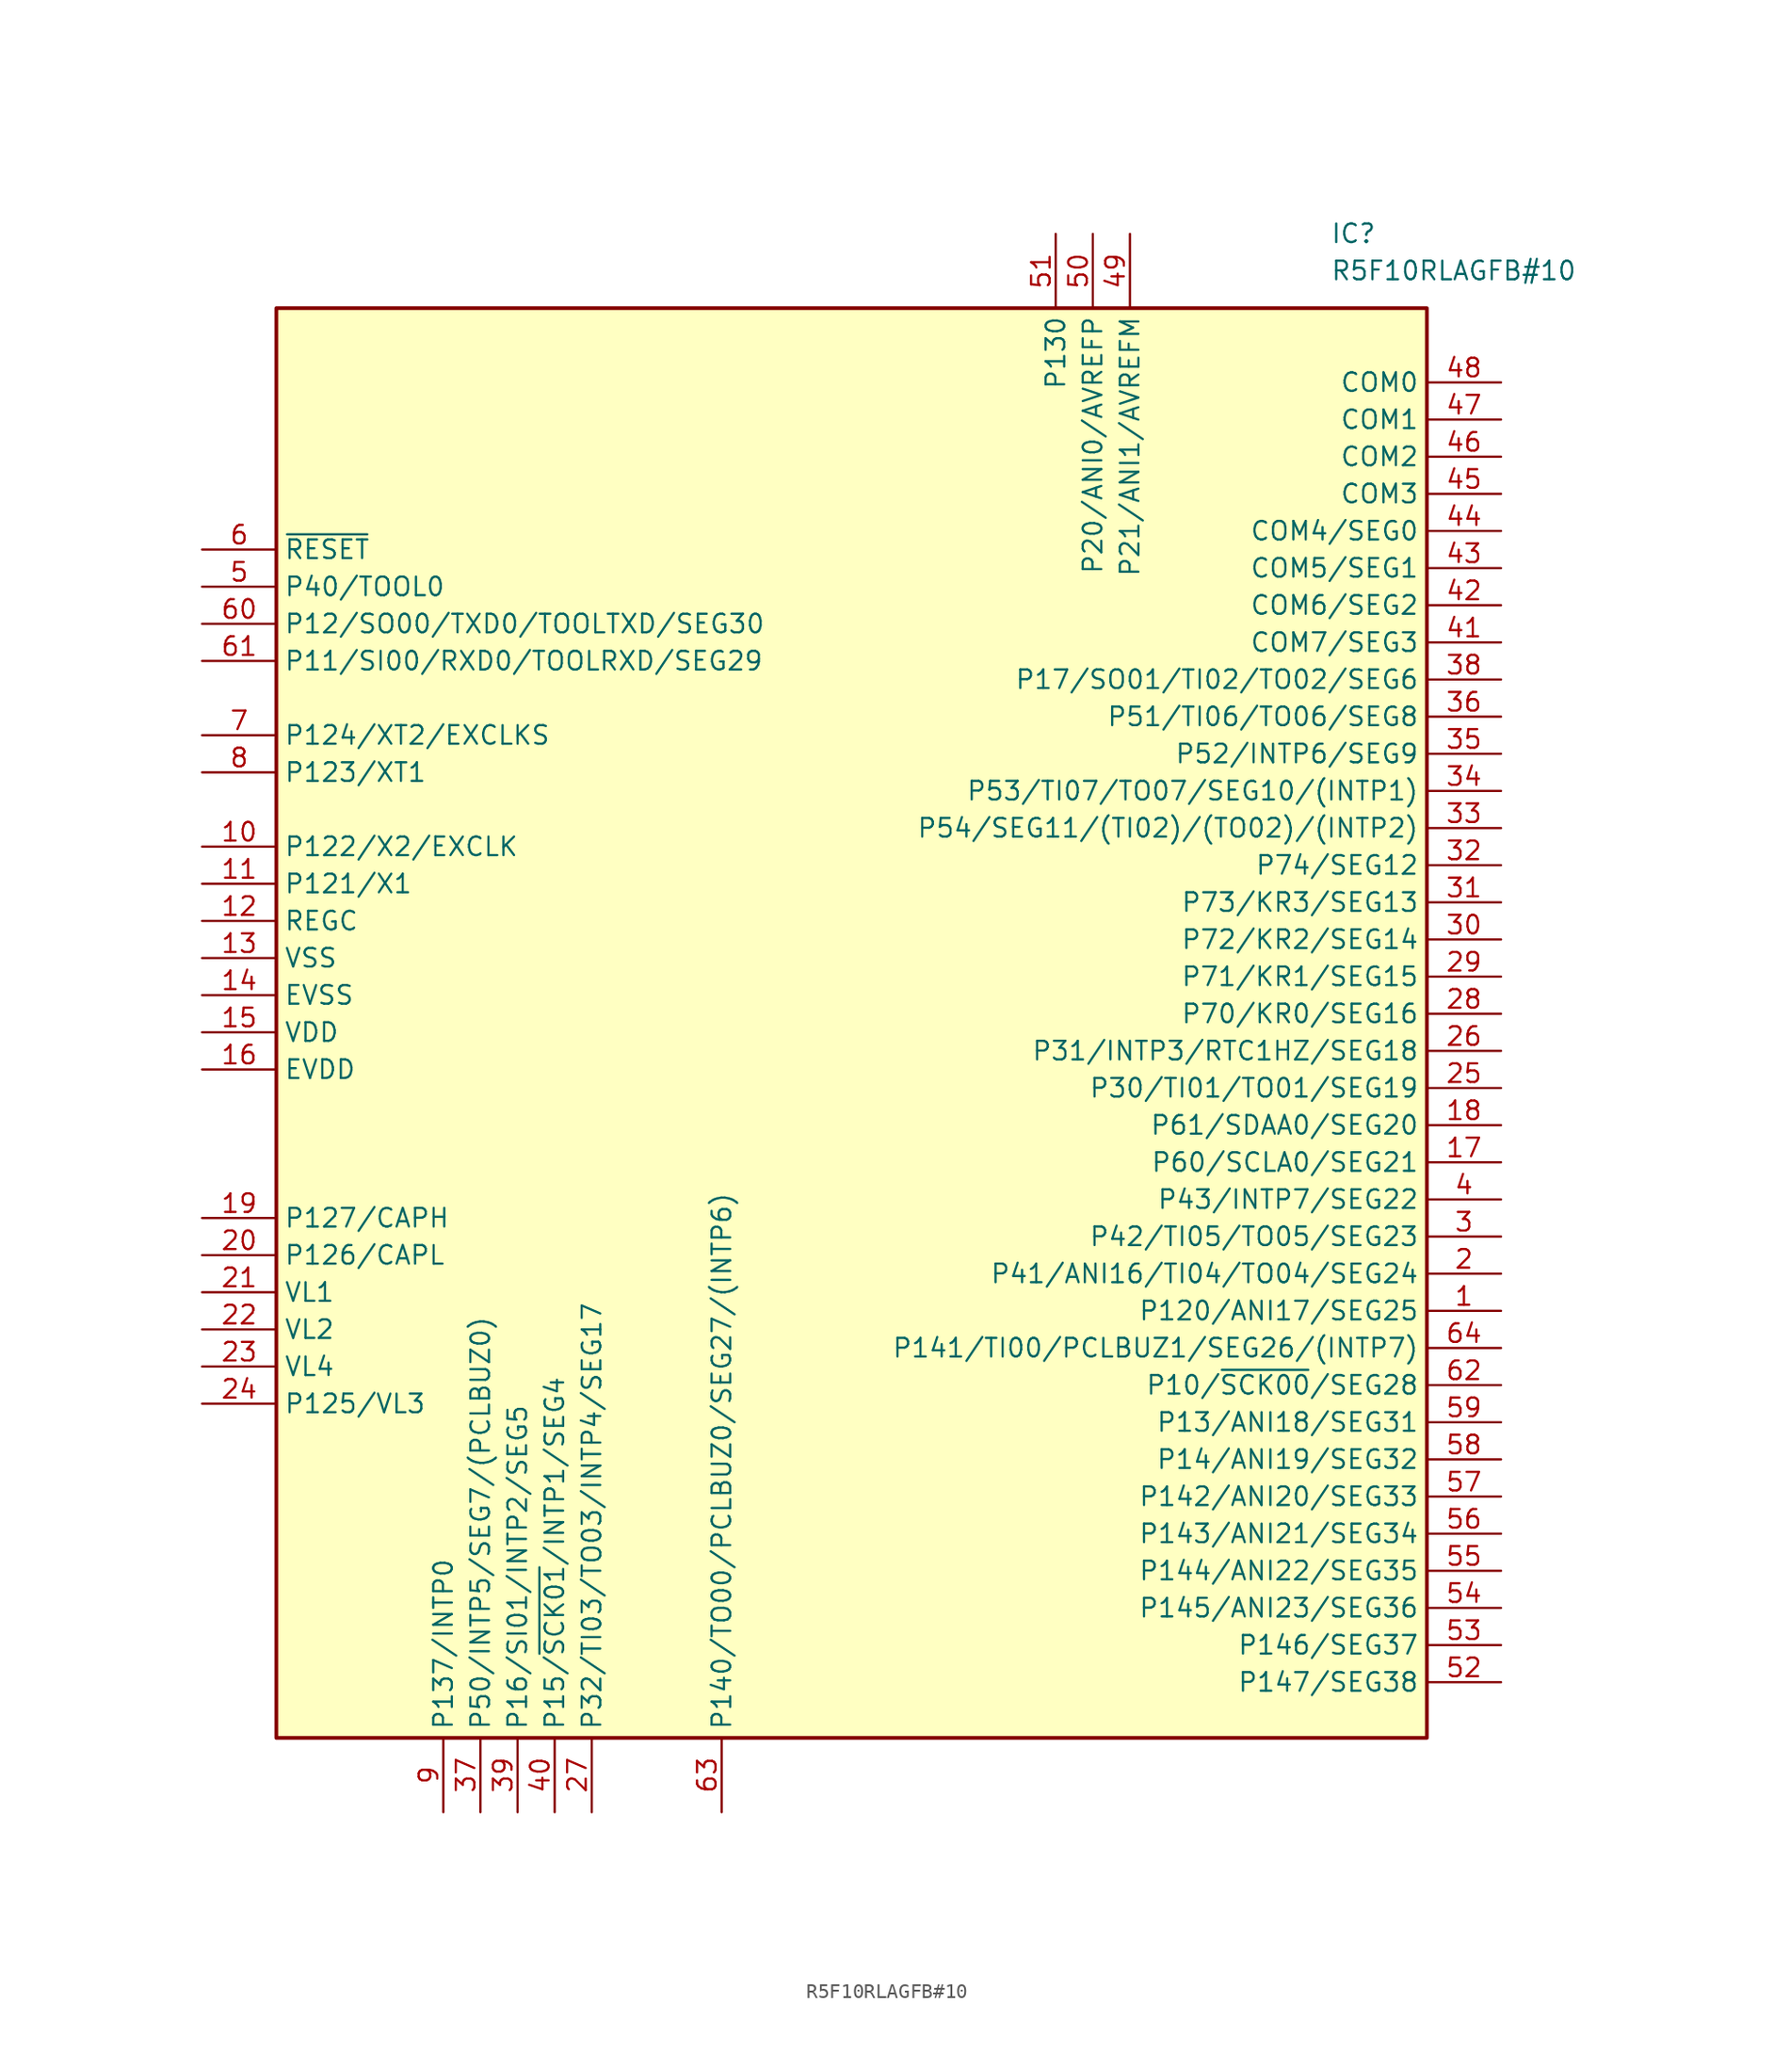
<source format=kicad_sym>
(kicad_symbol_lib
  (version 20241209)
  (generator "kicad_symbol_editor")
  (generator_version "9.0")
  (symbol "R5F10RLAGFB#10"
    (property "Reference" "IC"
      (at 77.216 51.562 0)
      (effects (font (size 1.27 1.27)) (justify left top)))
    (property "Value" "R5F10RLAGFB#10"
      (at 77.216 49.022 0)
      (effects (font (size 1.27 1.27)) (justify left top)))
    (symbol "R5F10RLAGFB#10_1_1"
      (rectangle (start 5.08 45.72) (end 83.82 -52.07) (stroke (width 0.254) (type default)) (fill (type background)))
      (pin passive line (at 0 29.21 0) (length 5.08) (name "~{RESET}" (effects (font (size 1.27 1.27)))) (number "6" (effects (font (size 1.27 1.27)))))
      (pin passive line (at 0 26.67 0) (length 5.08) (name "P40/TOOL0" (effects (font (size 1.27 1.27)))) (number "5" (effects (font (size 1.27 1.27)))))
      (pin passive line (at 0 24.13 0) (length 5.08) (name "P12/SO00/TXD0/TOOLTXD/SEG30" (effects (font (size 1.27 1.27)))) (number "60" (effects (font (size 1.27 1.27)))))
      (pin passive line (at 0 21.59 0) (length 5.08) (name "P11/SI00/RXD0/TOOLRXD/SEG29" (effects (font (size 1.27 1.27)))) (number "61" (effects (font (size 1.27 1.27)))))
      (pin passive line (at 0 16.51 0) (length 5.08) (name "P124/XT2/EXCLKS" (effects (font (size 1.27 1.27)))) (number "7" (effects (font (size 1.27 1.27)))))
      (pin passive line (at 0 13.97 0) (length 5.08) (name "P123/XT1" (effects (font (size 1.27 1.27)))) (number "8" (effects (font (size 1.27 1.27)))))
      (pin passive line (at 0 8.89 0) (length 5.08) (name "P122/X2/EXCLK" (effects (font (size 1.27 1.27)))) (number "10" (effects (font (size 1.27 1.27)))))
      (pin passive line (at 0 6.35 0) (length 5.08) (name "P121/X1" (effects (font (size 1.27 1.27)))) (number "11" (effects (font (size 1.27 1.27)))))
      (pin passive line (at 0 3.81 0) (length 5.08) (name "REGC" (effects (font (size 1.27 1.27)))) (number "12" (effects (font (size 1.27 1.27)))))
      (pin passive line (at 0 1.27 0) (length 5.08) (name "VSS" (effects (font (size 1.27 1.27)))) (number "13" (effects (font (size 1.27 1.27)))))
      (pin passive line (at 0 -1.27 0) (length 5.08) (name "EVSS" (effects (font (size 1.27 1.27)))) (number "14" (effects (font (size 1.27 1.27)))))
      (pin passive line (at 0 -3.81 0) (length 5.08) (name "VDD" (effects (font (size 1.27 1.27)))) (number "15" (effects (font (size 1.27 1.27)))))
      (pin passive line (at 0 -6.35 0) (length 5.08) (name "EVDD" (effects (font (size 1.27 1.27)))) (number "16" (effects (font (size 1.27 1.27)))))
      (pin passive line (at 0 -16.51 0) (length 5.08) (name "P127/CAPH" (effects (font (size 1.27 1.27)))) (number "19" (effects (font (size 1.27 1.27)))))
      (pin passive line (at 0 -19.05 0) (length 5.08) (name "P126/CAPL" (effects (font (size 1.27 1.27)))) (number "20" (effects (font (size 1.27 1.27)))))
      (pin passive line (at 0 -21.59 0) (length 5.08) (name "VL1" (effects (font (size 1.27 1.27)))) (number "21" (effects (font (size 1.27 1.27)))))
      (pin passive line (at 0 -24.13 0) (length 5.08) (name "VL2" (effects (font (size 1.27 1.27)))) (number "22" (effects (font (size 1.27 1.27)))))
      (pin passive line (at 0 -26.67 0) (length 5.08) (name "VL4" (effects (font (size 1.27 1.27)))) (number "23" (effects (font (size 1.27 1.27)))))
      (pin passive line (at 0 -29.21 0) (length 5.08) (name "P125/VL3" (effects (font (size 1.27 1.27)))) (number "24" (effects (font (size 1.27 1.27)))))
      (pin passive line (at 16.51 -57.15 90) (length 5.08) (name "P137/INTP0" (effects (font (size 1.27 1.27)))) (number "9" (effects (font (size 1.27 1.27)))))
      (pin passive line (at 19.05 -57.15 90) (length 5.08) (name "P50/INTP5/SEG7/(PCLBUZ0)" (effects (font (size 1.27 1.27)))) (number "37" (effects (font (size 1.27 1.27)))))
      (pin passive line (at 21.59 -57.15 90) (length 5.08) (name "P16/SI01/INTP2/SEG5" (effects (font (size 1.27 1.27)))) (number "39" (effects (font (size 1.27 1.27)))))
      (pin passive line (at 24.13 -57.15 90) (length 5.08) (name "P15/~{SCK01}/INTP1/SEG4" (effects (font (size 1.27 1.27)))) (number "40" (effects (font (size 1.27 1.27)))))
      (pin passive line (at 26.67 -57.15 90) (length 5.08) (name "P32/TI03/TO03/INTP4/SEG17" (effects (font (size 1.27 1.27)))) (number "27" (effects (font (size 1.27 1.27)))))
      (pin passive line (at 35.56 -57.15 90) (length 5.08) (name "P140/TO00/PCLBUZ0/SEG27/(INTP6)" (effects (font (size 1.27 1.27)))) (number "63" (effects (font (size 1.27 1.27)))))
      (pin passive line (at 58.42 50.8 270) (length 5.08) (name "P130" (effects (font (size 1.27 1.27)))) (number "51" (effects (font (size 1.27 1.27)))))
      (pin passive line (at 60.96 50.8 270) (length 5.08) (name "P20/ANI0/AVREFP" (effects (font (size 1.27 1.27)))) (number "50" (effects (font (size 1.27 1.27)))))
      (pin passive line (at 63.5 50.8 270) (length 5.08) (name "P21/ANI1/AVREFM" (effects (font (size 1.27 1.27)))) (number "49" (effects (font (size 1.27 1.27)))))
      (pin passive line (at 88.9 40.64 180) (length 5.08) (name "COM0" (effects (font (size 1.27 1.27)))) (number "48" (effects (font (size 1.27 1.27)))))
      (pin passive line (at 88.9 38.1 180) (length 5.08) (name "COM1" (effects (font (size 1.27 1.27)))) (number "47" (effects (font (size 1.27 1.27)))))
      (pin passive line (at 88.9 35.56 180) (length 5.08) (name "COM2" (effects (font (size 1.27 1.27)))) (number "46" (effects (font (size 1.27 1.27)))))
      (pin passive line (at 88.9 33.02 180) (length 5.08) (name "COM3" (effects (font (size 1.27 1.27)))) (number "45" (effects (font (size 1.27 1.27)))))
      (pin passive line (at 88.9 30.48 180) (length 5.08) (name "COM4/SEG0" (effects (font (size 1.27 1.27)))) (number "44" (effects (font (size 1.27 1.27)))))
      (pin passive line (at 88.9 27.94 180) (length 5.08) (name "COM5/SEG1" (effects (font (size 1.27 1.27)))) (number "43" (effects (font (size 1.27 1.27)))))
      (pin passive line (at 88.9 25.4 180) (length 5.08) (name "COM6/SEG2" (effects (font (size 1.27 1.27)))) (number "42" (effects (font (size 1.27 1.27)))))
      (pin passive line (at 88.9 22.86 180) (length 5.08) (name "COM7/SEG3" (effects (font (size 1.27 1.27)))) (number "41" (effects (font (size 1.27 1.27)))))
      (pin passive line (at 88.9 20.32 180) (length 5.08) (name "P17/SO01/TI02/TO02/SEG6" (effects (font (size 1.27 1.27)))) (number "38" (effects (font (size 1.27 1.27)))))
      (pin passive line (at 88.9 17.78 180) (length 5.08) (name "P51/TI06/TO06/SEG8" (effects (font (size 1.27 1.27)))) (number "36" (effects (font (size 1.27 1.27)))))
      (pin passive line (at 88.9 15.24 180) (length 5.08) (name "P52/INTP6/SEG9" (effects (font (size 1.27 1.27)))) (number "35" (effects (font (size 1.27 1.27)))))
      (pin passive line (at 88.9 12.7 180) (length 5.08) (name "P53/TI07/TO07/SEG10/(INTP1)" (effects (font (size 1.27 1.27)))) (number "34" (effects (font (size 1.27 1.27)))))
      (pin passive line (at 88.9 10.16 180) (length 5.08) (name "P54/SEG11/(TI02)/(TO02)/(INTP2)" (effects (font (size 1.27 1.27)))) (number "33" (effects (font (size 1.27 1.27)))))
      (pin passive line (at 88.9 7.62 180) (length 5.08) (name "P74/SEG12" (effects (font (size 1.27 1.27)))) (number "32" (effects (font (size 1.27 1.27)))))
      (pin passive line (at 88.9 5.08 180) (length 5.08) (name "P73/KR3/SEG13" (effects (font (size 1.27 1.27)))) (number "31" (effects (font (size 1.27 1.27)))))
      (pin passive line (at 88.9 2.54 180) (length 5.08) (name "P72/KR2/SEG14" (effects (font (size 1.27 1.27)))) (number "30" (effects (font (size 1.27 1.27)))))
      (pin passive line (at 88.9 0 180) (length 5.08) (name "P71/KR1/SEG15" (effects (font (size 1.27 1.27)))) (number "29" (effects (font (size 1.27 1.27)))))
      (pin passive line (at 88.9 -2.54 180) (length 5.08) (name "P70/KR0/SEG16" (effects (font (size 1.27 1.27)))) (number "28" (effects (font (size 1.27 1.27)))))
      (pin passive line (at 88.9 -5.08 180) (length 5.08) (name "P31/INTP3/RTC1HZ/SEG18" (effects (font (size 1.27 1.27)))) (number "26" (effects (font (size 1.27 1.27)))))
      (pin passive line (at 88.9 -7.62 180) (length 5.08) (name "P30/TI01/TO01/SEG19" (effects (font (size 1.27 1.27)))) (number "25" (effects (font (size 1.27 1.27)))))
      (pin passive line (at 88.9 -10.16 180) (length 5.08) (name "P61/SDAA0/SEG20" (effects (font (size 1.27 1.27)))) (number "18" (effects (font (size 1.27 1.27)))))
      (pin passive line (at 88.9 -12.7 180) (length 5.08) (name "P60/SCLA0/SEG21" (effects (font (size 1.27 1.27)))) (number "17" (effects (font (size 1.27 1.27)))))
      (pin passive line (at 88.9 -15.24 180) (length 5.08) (name "P43/INTP7/SEG22" (effects (font (size 1.27 1.27)))) (number "4" (effects (font (size 1.27 1.27)))))
      (pin passive line (at 88.9 -17.78 180) (length 5.08) (name "P42/TI05/TO05/SEG23" (effects (font (size 1.27 1.27)))) (number "3" (effects (font (size 1.27 1.27)))))
      (pin passive line (at 88.9 -20.32 180) (length 5.08) (name "P41/ANI16/TI04/TO04/SEG24" (effects (font (size 1.27 1.27)))) (number "2" (effects (font (size 1.27 1.27)))))
      (pin passive line (at 88.9 -22.86 180) (length 5.08) (name "P120/ANI17/SEG25" (effects (font (size 1.27 1.27)))) (number "1" (effects (font (size 1.27 1.27)))))
      (pin passive line (at 88.9 -25.4 180) (length 5.08) (name "P141/TI00/PCLBUZ1/SEG26/(INTP7)" (effects (font (size 1.27 1.27)))) (number "64" (effects (font (size 1.27 1.27)))))
      (pin passive line (at 88.9 -27.94 180) (length 5.08) (name "P10/~{SCK00}/SEG28" (effects (font (size 1.27 1.27)))) (number "62" (effects (font (size 1.27 1.27)))))
      (pin passive line (at 88.9 -30.48 180) (length 5.08) (name "P13/ANI18/SEG31" (effects (font (size 1.27 1.27)))) (number "59" (effects (font (size 1.27 1.27)))))
      (pin passive line (at 88.9 -33.02 180) (length 5.08) (name "P14/ANI19/SEG32" (effects (font (size 1.27 1.27)))) (number "58" (effects (font (size 1.27 1.27)))))
      (pin passive line (at 88.9 -35.56 180) (length 5.08) (name "P142/ANI20/SEG33" (effects (font (size 1.27 1.27)))) (number "57" (effects (font (size 1.27 1.27)))))
      (pin passive line (at 88.9 -38.1 180) (length 5.08) (name "P143/ANI21/SEG34" (effects (font (size 1.27 1.27)))) (number "56" (effects (font (size 1.27 1.27)))))
      (pin passive line (at 88.9 -40.64 180) (length 5.08) (name "P144/ANI22/SEG35" (effects (font (size 1.27 1.27)))) (number "55" (effects (font (size 1.27 1.27)))))
      (pin passive line (at 88.9 -43.18 180) (length 5.08) (name "P145/ANI23/SEG36" (effects (font (size 1.27 1.27)))) (number "54" (effects (font (size 1.27 1.27)))))
      (pin passive line (at 88.9 -45.72 180) (length 5.08) (name "P146/SEG37" (effects (font (size 1.27 1.27)))) (number "53" (effects (font (size 1.27 1.27)))))
      (pin passive line (at 88.9 -48.26 180) (length 5.08) (name "P147/SEG38" (effects (font (size 1.27 1.27)))) (number "52" (effects (font (size 1.27 1.27))))))))
</source>
